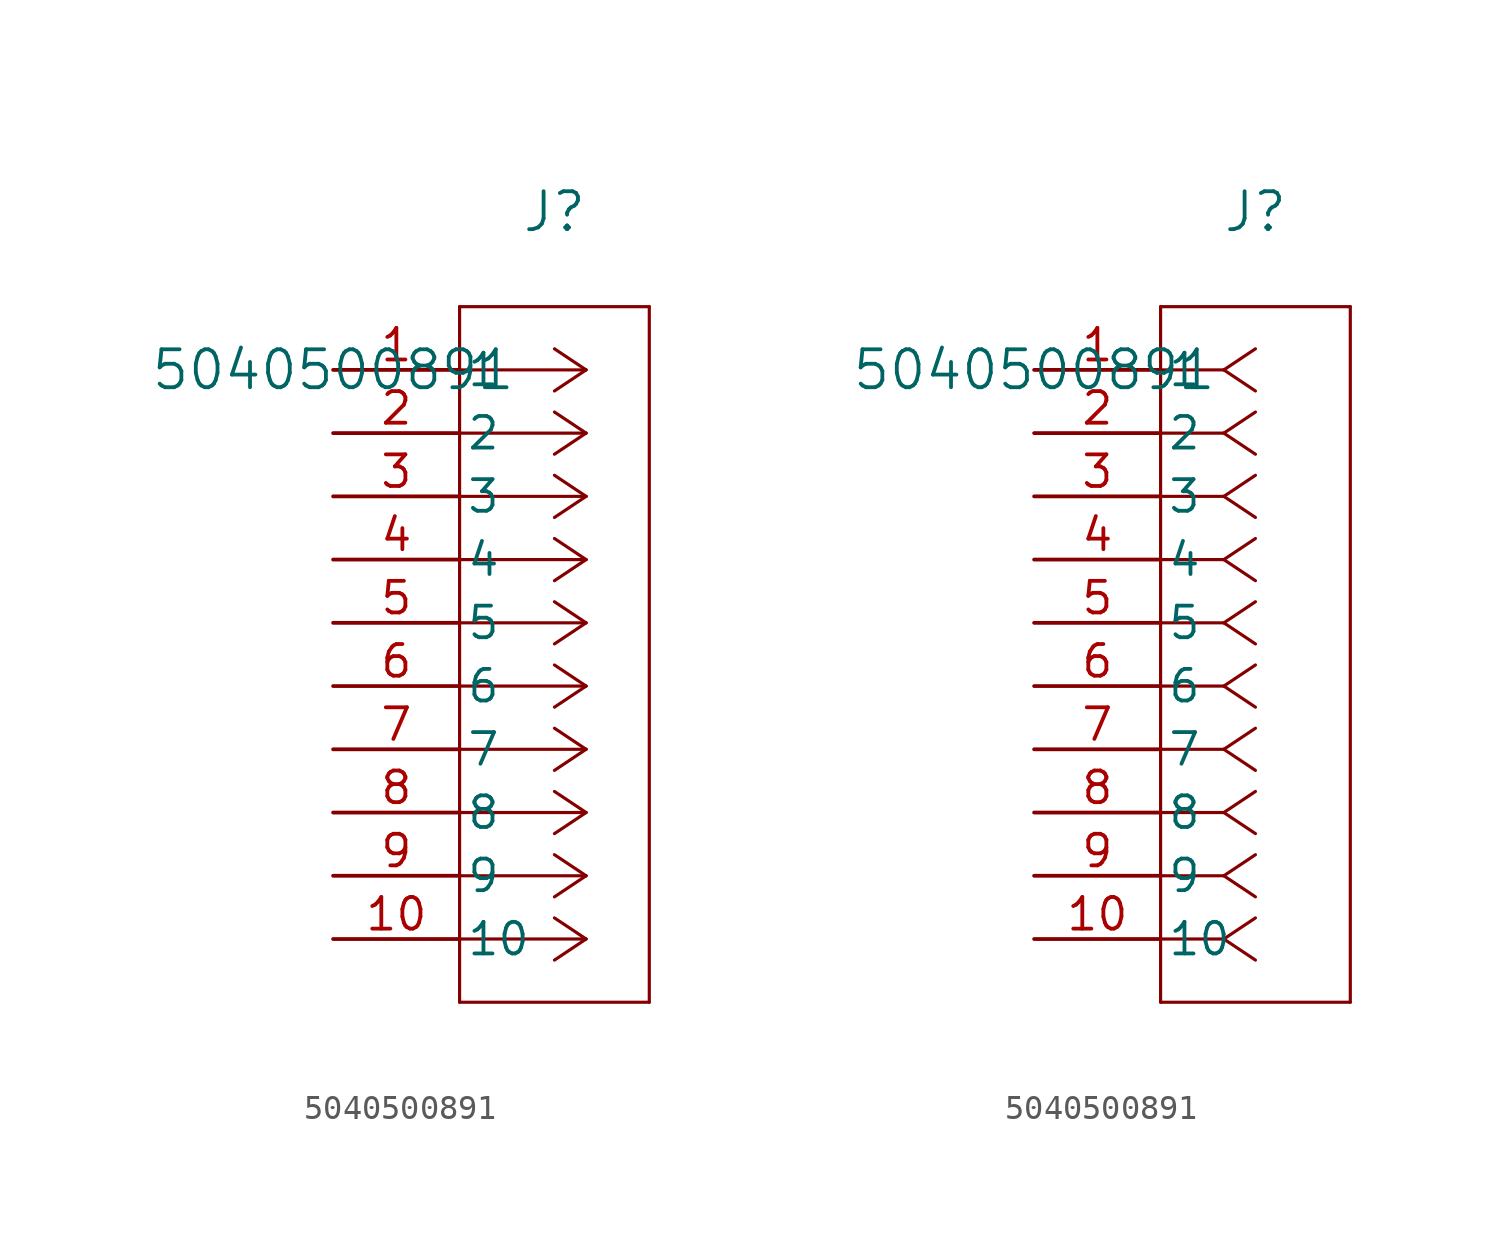
<source format=kicad_sym>
(kicad_symbol_lib
  (version 20211014)
  (generator kicad_symbol_editor)
  (symbol "5040500891"
    (pin_names
      (offset 0.254))
    (property "Reference" "J"
      (at 8.89 6.35 0)
      (effects (font (size 1.524 1.524))))
    (property "Value" "5040500891"
      (at 0 0 0)
      (effects (font (size 1.524 1.524))))
    (symbol "5040500891_1_1"
      (polyline (pts (xy 10.16 0) (xy 5.08 0)) (stroke (width 0.127) (type default) (color 0 0 0 0)) (fill (type none)))
      (polyline (pts (xy 10.16 -2.54) (xy 5.08 -2.54)) (stroke (width 0.127) (type default) (color 0 0 0 0)) (fill (type none)))
      (polyline (pts (xy 10.16 -5.08) (xy 5.08 -5.08)) (stroke (width 0.127) (type default) (color 0 0 0 0)) (fill (type none)))
      (polyline (pts (xy 10.16 -7.62) (xy 5.08 -7.62)) (stroke (width 0.127) (type default) (color 0 0 0 0)) (fill (type none)))
      (polyline (pts (xy 10.16 -10.16) (xy 5.08 -10.16)) (stroke (width 0.127) (type default) (color 0 0 0 0)) (fill (type none)))
      (polyline (pts (xy 10.16 -12.7) (xy 5.08 -12.7)) (stroke (width 0.127) (type default) (color 0 0 0 0)) (fill (type none)))
      (polyline (pts (xy 10.16 -15.24) (xy 5.08 -15.24)) (stroke (width 0.127) (type default) (color 0 0 0 0)) (fill (type none)))
      (polyline (pts (xy 10.16 -17.78) (xy 5.08 -17.78)) (stroke (width 0.127) (type default) (color 0 0 0 0)) (fill (type none)))
      (polyline (pts (xy 10.16 -20.32) (xy 5.08 -20.32)) (stroke (width 0.127) (type default) (color 0 0 0 0)) (fill (type none)))
      (polyline (pts (xy 10.16 -22.86) (xy 5.08 -22.86)) (stroke (width 0.127) (type default) (color 0 0 0 0)) (fill (type none)))
      (polyline (pts (xy 10.16 0) (xy 8.89 0.847)) (stroke (width 0.127) (type default) (color 0 0 0 0)) (fill (type none)))
      (polyline (pts (xy 10.16 -2.54) (xy 8.89 -1.693)) (stroke (width 0.127) (type default) (color 0 0 0 0)) (fill (type none)))
      (polyline (pts (xy 10.16 -5.08) (xy 8.89 -4.233)) (stroke (width 0.127) (type default) (color 0 0 0 0)) (fill (type none)))
      (polyline (pts (xy 10.16 -7.62) (xy 8.89 -6.773)) (stroke (width 0.127) (type default) (color 0 0 0 0)) (fill (type none)))
      (polyline (pts (xy 10.16 -10.16) (xy 8.89 -9.313)) (stroke (width 0.127) (type default) (color 0 0 0 0)) (fill (type none)))
      (polyline (pts (xy 10.16 -12.7) (xy 8.89 -11.853)) (stroke (width 0.127) (type default) (color 0 0 0 0)) (fill (type none)))
      (polyline (pts (xy 10.16 -15.24) (xy 8.89 -14.393)) (stroke (width 0.127) (type default) (color 0 0 0 0)) (fill (type none)))
      (polyline (pts (xy 10.16 -17.78) (xy 8.89 -16.933)) (stroke (width 0.127) (type default) (color 0 0 0 0)) (fill (type none)))
      (polyline (pts (xy 10.16 -20.32) (xy 8.89 -19.473)) (stroke (width 0.127) (type default) (color 0 0 0 0)) (fill (type none)))
      (polyline (pts (xy 10.16 -22.86) (xy 8.89 -22.013)) (stroke (width 0.127) (type default) (color 0 0 0 0)) (fill (type none)))
      (polyline (pts (xy 10.16 0) (xy 8.89 -0.847)) (stroke (width 0.127) (type default) (color 0 0 0 0)) (fill (type none)))
      (polyline (pts (xy 10.16 -2.54) (xy 8.89 -3.387)) (stroke (width 0.127) (type default) (color 0 0 0 0)) (fill (type none)))
      (polyline (pts (xy 10.16 -5.08) (xy 8.89 -5.927)) (stroke (width 0.127) (type default) (color 0 0 0 0)) (fill (type none)))
      (polyline (pts (xy 10.16 -7.62) (xy 8.89 -8.467)) (stroke (width 0.127) (type default) (color 0 0 0 0)) (fill (type none)))
      (polyline (pts (xy 10.16 -10.16) (xy 8.89 -11.007)) (stroke (width 0.127) (type default) (color 0 0 0 0)) (fill (type none)))
      (polyline (pts (xy 10.16 -12.7) (xy 8.89 -13.547)) (stroke (width 0.127) (type default) (color 0 0 0 0)) (fill (type none)))
      (polyline (pts (xy 10.16 -15.24) (xy 8.89 -16.087)) (stroke (width 0.127) (type default) (color 0 0 0 0)) (fill (type none)))
      (polyline (pts (xy 10.16 -17.78) (xy 8.89 -18.627)) (stroke (width 0.127) (type default) (color 0 0 0 0)) (fill (type none)))
      (polyline (pts (xy 10.16 -20.32) (xy 8.89 -21.167)) (stroke (width 0.127) (type default) (color 0 0 0 0)) (fill (type none)))
      (polyline (pts (xy 10.16 -22.86) (xy 8.89 -23.707)) (stroke (width 0.127) (type default) (color 0 0 0 0)) (fill (type none)))
      (polyline (pts (xy 5.08 2.54) (xy 5.08 -25.4)) (stroke (width 0.127) (type default) (color 0 0 0 0)) (fill (type none)))
      (polyline (pts (xy 5.08 -25.4) (xy 12.7 -25.4)) (stroke (width 0.127) (type default) (color 0 0 0 0)) (fill (type none)))
      (polyline (pts (xy 12.7 -25.4) (xy 12.7 2.54)) (stroke (width 0.127) (type default) (color 0 0 0 0)) (fill (type none)))
      (polyline (pts (xy 12.7 2.54) (xy 5.08 2.54)) (stroke (width 0.127) (type default) (color 0 0 0 0)) (fill (type none)))
      (pin unspecified line (at 0 0 0) (length 5.08) (name "1" (effects (font (size 1.27 1.27)))) (number "1" (effects (font (size 1.27 1.27)))))
      (pin unspecified line (at 0 -2.54 0) (length 5.08) (name "2" (effects (font (size 1.27 1.27)))) (number "2" (effects (font (size 1.27 1.27)))))
      (pin unspecified line (at 0 -5.08 0) (length 5.08) (name "3" (effects (font (size 1.27 1.27)))) (number "3" (effects (font (size 1.27 1.27)))))
      (pin unspecified line (at 0 -7.62 0) (length 5.08) (name "4" (effects (font (size 1.27 1.27)))) (number "4" (effects (font (size 1.27 1.27)))))
      (pin unspecified line (at 0 -10.16 0) (length 5.08) (name "5" (effects (font (size 1.27 1.27)))) (number "5" (effects (font (size 1.27 1.27)))))
      (pin unspecified line (at 0 -12.7 0) (length 5.08) (name "6" (effects (font (size 1.27 1.27)))) (number "6" (effects (font (size 1.27 1.27)))))
      (pin unspecified line (at 0 -15.24 0) (length 5.08) (name "7" (effects (font (size 1.27 1.27)))) (number "7" (effects (font (size 1.27 1.27)))))
      (pin unspecified line (at 0 -17.78 0) (length 5.08) (name "8" (effects (font (size 1.27 1.27)))) (number "8" (effects (font (size 1.27 1.27)))))
      (pin unspecified line (at 0 -20.32 0) (length 5.08) (name "9" (effects (font (size 1.27 1.27)))) (number "9" (effects (font (size 1.27 1.27)))))
      (pin unspecified line (at 0 -22.86 0) (length 5.08) (name "10" (effects (font (size 1.27 1.27)))) (number "10" (effects (font (size 1.27 1.27))))))
    (symbol "5040500891_1_2"
      (polyline (pts (xy 7.62 0) (xy 5.08 0)) (stroke (width 0.127) (type default) (color 0 0 0 0)) (fill (type none)))
      (polyline (pts (xy 7.62 -2.54) (xy 5.08 -2.54)) (stroke (width 0.127) (type default) (color 0 0 0 0)) (fill (type none)))
      (polyline (pts (xy 7.62 -5.08) (xy 5.08 -5.08)) (stroke (width 0.127) (type default) (color 0 0 0 0)) (fill (type none)))
      (polyline (pts (xy 7.62 -7.62) (xy 5.08 -7.62)) (stroke (width 0.127) (type default) (color 0 0 0 0)) (fill (type none)))
      (polyline (pts (xy 7.62 -10.16) (xy 5.08 -10.16)) (stroke (width 0.127) (type default) (color 0 0 0 0)) (fill (type none)))
      (polyline (pts (xy 7.62 -12.7) (xy 5.08 -12.7)) (stroke (width 0.127) (type default) (color 0 0 0 0)) (fill (type none)))
      (polyline (pts (xy 7.62 -15.24) (xy 5.08 -15.24)) (stroke (width 0.127) (type default) (color 0 0 0 0)) (fill (type none)))
      (polyline (pts (xy 7.62 -17.78) (xy 5.08 -17.78)) (stroke (width 0.127) (type default) (color 0 0 0 0)) (fill (type none)))
      (polyline (pts (xy 7.62 -20.32) (xy 5.08 -20.32)) (stroke (width 0.127) (type default) (color 0 0 0 0)) (fill (type none)))
      (polyline (pts (xy 7.62 -22.86) (xy 5.08 -22.86)) (stroke (width 0.127) (type default) (color 0 0 0 0)) (fill (type none)))
      (polyline (pts (xy 7.62 0) (xy 8.89 0.847)) (stroke (width 0.127) (type default) (color 0 0 0 0)) (fill (type none)))
      (polyline (pts (xy 7.62 -2.54) (xy 8.89 -1.693)) (stroke (width 0.127) (type default) (color 0 0 0 0)) (fill (type none)))
      (polyline (pts (xy 7.62 -5.08) (xy 8.89 -4.233)) (stroke (width 0.127) (type default) (color 0 0 0 0)) (fill (type none)))
      (polyline (pts (xy 7.62 -7.62) (xy 8.89 -6.773)) (stroke (width 0.127) (type default) (color 0 0 0 0)) (fill (type none)))
      (polyline (pts (xy 7.62 -10.16) (xy 8.89 -9.313)) (stroke (width 0.127) (type default) (color 0 0 0 0)) (fill (type none)))
      (polyline (pts (xy 7.62 -12.7) (xy 8.89 -11.853)) (stroke (width 0.127) (type default) (color 0 0 0 0)) (fill (type none)))
      (polyline (pts (xy 7.62 -15.24) (xy 8.89 -14.393)) (stroke (width 0.127) (type default) (color 0 0 0 0)) (fill (type none)))
      (polyline (pts (xy 7.62 -17.78) (xy 8.89 -16.933)) (stroke (width 0.127) (type default) (color 0 0 0 0)) (fill (type none)))
      (polyline (pts (xy 7.62 -20.32) (xy 8.89 -19.473)) (stroke (width 0.127) (type default) (color 0 0 0 0)) (fill (type none)))
      (polyline (pts (xy 7.62 -22.86) (xy 8.89 -22.013)) (stroke (width 0.127) (type default) (color 0 0 0 0)) (fill (type none)))
      (polyline (pts (xy 7.62 0) (xy 8.89 -0.847)) (stroke (width 0.127) (type default) (color 0 0 0 0)) (fill (type none)))
      (polyline (pts (xy 7.62 -2.54) (xy 8.89 -3.387)) (stroke (width 0.127) (type default) (color 0 0 0 0)) (fill (type none)))
      (polyline (pts (xy 7.62 -5.08) (xy 8.89 -5.927)) (stroke (width 0.127) (type default) (color 0 0 0 0)) (fill (type none)))
      (polyline (pts (xy 7.62 -7.62) (xy 8.89 -8.467)) (stroke (width 0.127) (type default) (color 0 0 0 0)) (fill (type none)))
      (polyline (pts (xy 7.62 -10.16) (xy 8.89 -11.007)) (stroke (width 0.127) (type default) (color 0 0 0 0)) (fill (type none)))
      (polyline (pts (xy 7.62 -12.7) (xy 8.89 -13.547)) (stroke (width 0.127) (type default) (color 0 0 0 0)) (fill (type none)))
      (polyline (pts (xy 7.62 -15.24) (xy 8.89 -16.087)) (stroke (width 0.127) (type default) (color 0 0 0 0)) (fill (type none)))
      (polyline (pts (xy 7.62 -17.78) (xy 8.89 -18.627)) (stroke (width 0.127) (type default) (color 0 0 0 0)) (fill (type none)))
      (polyline (pts (xy 7.62 -20.32) (xy 8.89 -21.167)) (stroke (width 0.127) (type default) (color 0 0 0 0)) (fill (type none)))
      (polyline (pts (xy 7.62 -22.86) (xy 8.89 -23.707)) (stroke (width 0.127) (type default) (color 0 0 0 0)) (fill (type none)))
      (polyline (pts (xy 5.08 2.54) (xy 5.08 -25.4)) (stroke (width 0.127) (type default) (color 0 0 0 0)) (fill (type none)))
      (polyline (pts (xy 5.08 -25.4) (xy 12.7 -25.4)) (stroke (width 0.127) (type default) (color 0 0 0 0)) (fill (type none)))
      (polyline (pts (xy 12.7 -25.4) (xy 12.7 2.54)) (stroke (width 0.127) (type default) (color 0 0 0 0)) (fill (type none)))
      (polyline (pts (xy 12.7 2.54) (xy 5.08 2.54)) (stroke (width 0.127) (type default) (color 0 0 0 0)) (fill (type none)))
      (pin unspecified line (at 0 0 0) (length 5.08) (name "1" (effects (font (size 1.27 1.27)))) (number "1" (effects (font (size 1.27 1.27)))))
      (pin unspecified line (at 0 -2.54 0) (length 5.08) (name "2" (effects (font (size 1.27 1.27)))) (number "2" (effects (font (size 1.27 1.27)))))
      (pin unspecified line (at 0 -5.08 0) (length 5.08) (name "3" (effects (font (size 1.27 1.27)))) (number "3" (effects (font (size 1.27 1.27)))))
      (pin unspecified line (at 0 -7.62 0) (length 5.08) (name "4" (effects (font (size 1.27 1.27)))) (number "4" (effects (font (size 1.27 1.27)))))
      (pin unspecified line (at 0 -10.16 0) (length 5.08) (name "5" (effects (font (size 1.27 1.27)))) (number "5" (effects (font (size 1.27 1.27)))))
      (pin unspecified line (at 0 -12.7 0) (length 5.08) (name "6" (effects (font (size 1.27 1.27)))) (number "6" (effects (font (size 1.27 1.27)))))
      (pin unspecified line (at 0 -15.24 0) (length 5.08) (name "7" (effects (font (size 1.27 1.27)))) (number "7" (effects (font (size 1.27 1.27)))))
      (pin unspecified line (at 0 -17.78 0) (length 5.08) (name "8" (effects (font (size 1.27 1.27)))) (number "8" (effects (font (size 1.27 1.27)))))
      (pin unspecified line (at 0 -20.32 0) (length 5.08) (name "9" (effects (font (size 1.27 1.27)))) (number "9" (effects (font (size 1.27 1.27)))))
      (pin unspecified line (at 0 -22.86 0) (length 5.08) (name "10" (effects (font (size 1.27 1.27)))) (number "10" (effects (font (size 1.27 1.27))))))))
</source>
